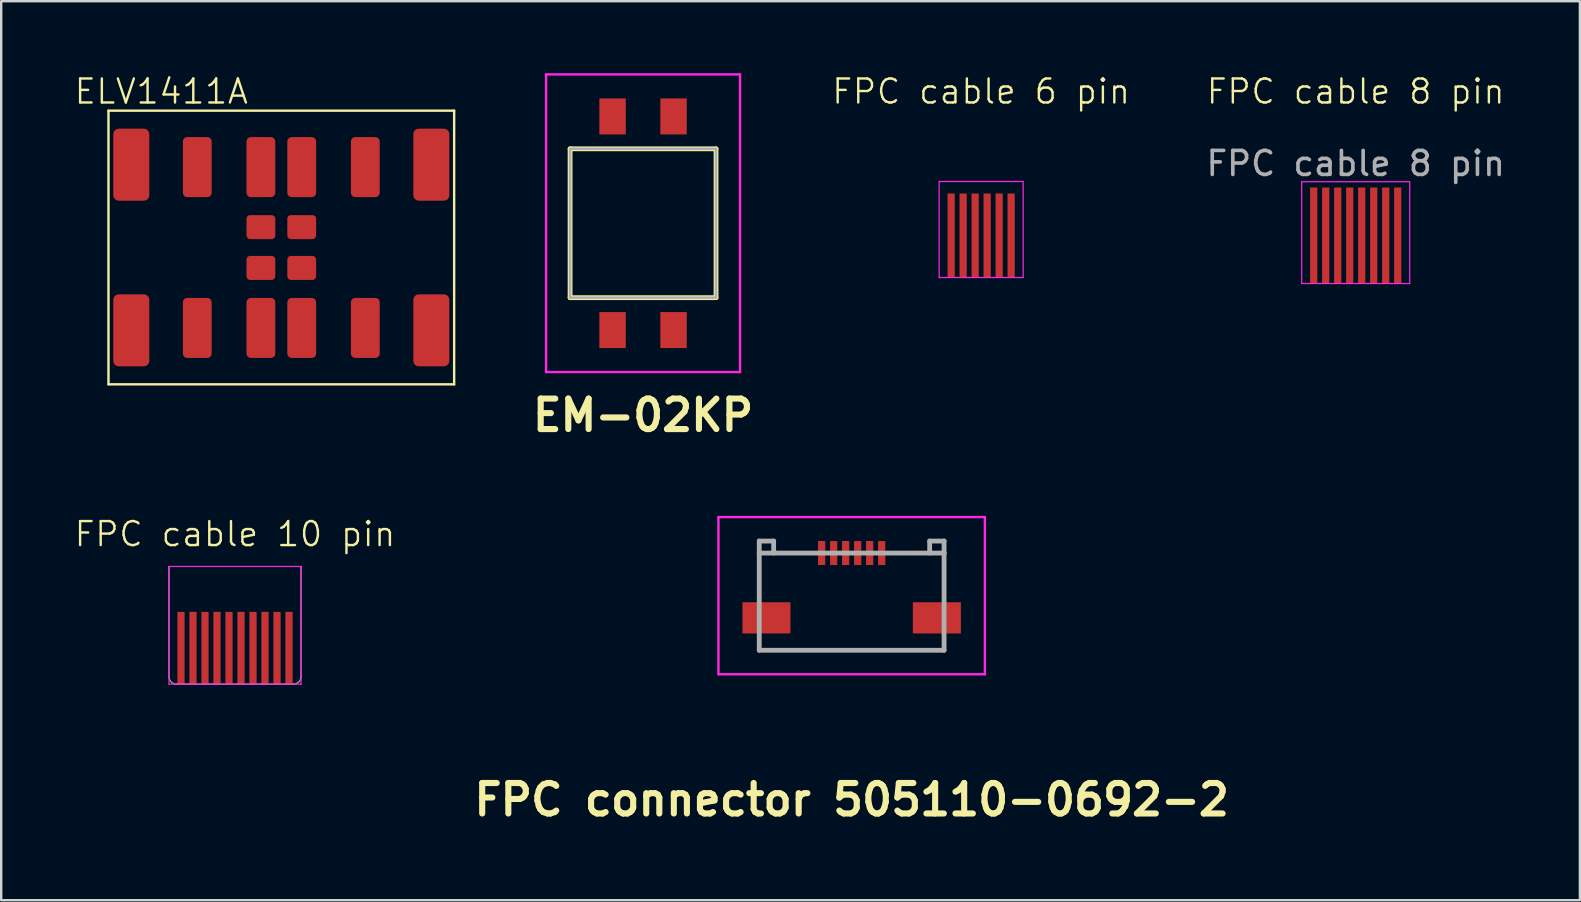
<source format=kicad_pcb>
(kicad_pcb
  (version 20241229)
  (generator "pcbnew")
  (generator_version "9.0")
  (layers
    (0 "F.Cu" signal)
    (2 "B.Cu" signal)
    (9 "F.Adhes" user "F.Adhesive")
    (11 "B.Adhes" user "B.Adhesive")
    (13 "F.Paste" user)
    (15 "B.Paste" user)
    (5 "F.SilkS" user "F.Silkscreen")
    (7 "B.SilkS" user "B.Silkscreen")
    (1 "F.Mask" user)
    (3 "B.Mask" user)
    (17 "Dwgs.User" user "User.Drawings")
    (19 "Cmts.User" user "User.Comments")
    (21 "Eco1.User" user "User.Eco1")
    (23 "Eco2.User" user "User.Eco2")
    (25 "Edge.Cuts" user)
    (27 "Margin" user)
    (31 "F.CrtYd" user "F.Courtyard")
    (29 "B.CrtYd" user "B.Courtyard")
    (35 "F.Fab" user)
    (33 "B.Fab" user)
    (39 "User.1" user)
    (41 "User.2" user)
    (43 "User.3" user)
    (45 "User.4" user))
  (footprint "FPC cable 10 pin"
    (layer "F.Cu")
    (at 6.74 23.949)
    (property "Reference" "FPC cable 10 pin" (at 0 -4.75 0) (unlocked yes) (layer "F.SilkS") (effects (font (size 1 1) (thickness 0.1))))
    (fp_line (start -2.75 1.5) (end -2.75 -3.4) (stroke (width 0.05) (type default)) (layer "F.CrtYd"))
    (fp_line (start 2.75 -3.4) (end -2.75 -3.4) (stroke (width 0.05) (type default)) (layer "F.CrtYd"))
    (fp_line (start 2.75 -3.4) (end 2.75 1.5) (stroke (width 0.05) (type default)) (layer "F.CrtYd"))
    (fp_line (start 2.75 1.5) (end -2.75 1.5) (stroke (width 0.05) (type default)) (layer "F.CrtYd"))
    (fp_line (start -2.75 1.188) (end -2.75 -3.4) (stroke (width 0.05) (type solid)) (layer "F.Fab"))
    (fp_line (start -2.438 1.5) (end 2.448 1.5) (stroke (width 0.05) (type solid)) (layer "F.Fab"))
    (fp_line (start 2.75 1.188) (end 2.75 -3.4) (stroke (width 0.05) (type solid)) (layer "F.Fab"))
    (fp_arc (start -2.4375 1.5) (mid -2.654581 1.412294) (end -2.74981 1.198406) (stroke (width 0.05) (type solid)) (layer "F.Fab"))
    (fp_arc (start 2.75 1.1875) (mid 2.662294 1.404581) (end 2.448406 1.49981) (stroke (width 0.05) (type solid)) (layer "F.Fab"))
    (pad "1" connect rect (at -2.25 -0.01 90) (size 3 0.3) (layers "F.Cu" "F.Mask"))
    (pad "2" connect rect (at -1.75 -0.01 90) (size 3 0.3) (layers "F.Cu" "F.Mask"))
    (pad "3" connect rect (at -1.25 -0.01 90) (size 3 0.3) (layers "F.Cu" "F.Mask"))
    (pad "4" connect rect (at -0.75 -0.01 90) (size 3 0.3) (layers "F.Cu" "F.Mask"))
    (pad "5" connect rect (at -0.25 -0.01 90) (size 3 0.3) (layers "F.Cu" "F.Mask"))
    (pad "6" connect rect (at 0.25 -0.01 90) (size 3 0.3) (layers "F.Cu" "F.Mask"))
    (pad "7" connect rect (at 0.75 -0.01 90) (size 3 0.3) (layers "F.Cu" "F.Mask"))
    (pad "8" connect rect (at 1.25 -0.01 90) (size 3 0.3) (layers "F.Cu" "F.Mask"))
    (pad "9" connect rect (at 1.75 -0.01 90) (size 3 0.3) (layers "F.Cu" "F.Mask"))
    (pad "10" connect rect (at 2.25 -0.01 90) (size 3 0.3) (layers "F.Cu" "F.Mask")))
  (footprint "FPC connector 505110-0692-2"
    (layer "F.Cu")
    (at 32.429 21.764)
    (property "Reference" "FPC connector 505110-0692-2" (at 0 8.5 0) (layer "F.SilkS") (effects (font (size 1.27 1.27) (thickness 0.254))))
    (attr smd)
    (fp_line (start -3.85 2.275) (end 3.85 2.275) (stroke (width 0.1) (type solid)) (layer "F.SilkS"))
    (fp_line (start -5.55 -3.275) (end 5.55 -3.275) (stroke (width 0.1) (type solid)) (layer "F.CrtYd"))
    (fp_line (start -5.55 3.275) (end -5.55 -3.275) (stroke (width 0.1) (type solid)) (layer "F.CrtYd"))
    (fp_line (start 5.55 -3.275) (end 5.55 3.275) (stroke (width 0.1) (type solid)) (layer "F.CrtYd"))
    (fp_line (start 5.55 3.275) (end -5.55 3.275) (stroke (width 0.1) (type solid)) (layer "F.CrtYd"))
    (fp_line (start -3.85 -2.275) (end -3.25 -2.275) (stroke (width 0.2) (type solid)) (layer "F.Fab"))
    (fp_line (start -3.85 -1.775) (end -3.85 -2.275) (stroke (width 0.2) (type solid)) (layer "F.Fab"))
    (fp_line (start -3.85 -1.775) (end 3.85 -1.775) (stroke (width 0.2) (type solid)) (layer "F.Fab"))
    (fp_line (start -3.85 2.275) (end -3.85 -1.775) (stroke (width 0.2) (type solid)) (layer "F.Fab"))
    (fp_line (start -3.25 -2.275) (end -3.25 -1.775) (stroke (width 0.2) (type solid)) (layer "F.Fab"))
    (fp_line (start 3.25 -2.275) (end 3.25 -1.775) (stroke (width 0.2) (type solid)) (layer "F.Fab"))
    (fp_line (start 3.85 -2.275) (end 3.25 -2.275) (stroke (width 0.2) (type solid)) (layer "F.Fab"))
    (fp_line (start 3.85 -1.775) (end 3.85 -2.275) (stroke (width 0.2) (type solid)) (layer "F.Fab"))
    (fp_line (start 3.85 -1.775) (end 3.85 2.275) (stroke (width 0.2) (type solid)) (layer "F.Fab"))
    (fp_line (start 3.85 2.275) (end -3.85 2.275) (stroke (width 0.2) (type solid)) (layer "F.Fab"))
    (pad "1" smd rect (at -1.25 -1.775) (size 0.3 1) (layers "F.Cu" "F.Mask" "F.Paste"))
    (pad "2" smd rect (at -0.75 -1.775) (size 0.3 1) (layers "F.Cu" "F.Mask" "F.Paste"))
    (pad "3" smd rect (at -0.25 -1.775) (size 0.3 1) (layers "F.Cu" "F.Mask" "F.Paste"))
    (pad "4" smd rect (at 0.25 -1.775) (size 0.3 1) (layers "F.Cu" "F.Mask" "F.Paste"))
    (pad "5" smd rect (at 0.75 -1.775) (size 0.3 1) (layers "F.Cu" "F.Mask" "F.Paste"))
    (pad "6" smd rect (at 1.25 -1.775) (size 0.3 1) (layers "F.Cu" "F.Mask" "F.Paste"))
    (pad "MP1" smd rect (at -3.55 0.925 90) (size 1.3 2) (layers "F.Cu" "F.Mask" "F.Paste"))
    (pad "MP2" smd rect (at 3.55 0.925 90) (size 1.3 2) (layers "F.Cu" "F.Mask" "F.Paste")))
  (footprint "EM-02KP"
    (layer "F.Cu")
    (at 23.739 6.25)
    (property "Reference" "EM-02KP" (at 0 8 0) (layer "F.SilkS") (effects (font (size 1.27 1.27) (thickness 0.254))))
    (attr smd)
    (fp_line (start -3.04 -3.1) (end 3.04 -3.1) (stroke (width 0.2) (type solid)) (layer "F.SilkS"))
    (fp_line (start -3.04 3.1) (end -3.04 -3.1) (stroke (width 0.2) (type solid)) (layer "F.SilkS"))
    (fp_line (start 3.04 -3.1) (end 3.04 3.1) (stroke (width 0.2) (type solid)) (layer "F.SilkS"))
    (fp_line (start 3.04 3.1) (end -3.04 3.1) (stroke (width 0.2) (type solid)) (layer "F.SilkS"))
    (fp_line (start -4.04 -6.2) (end 4.04 -6.2) (stroke (width 0.1) (type solid)) (layer "F.CrtYd"))
    (fp_line (start -4.04 6.2) (end -4.04 -6.2) (stroke (width 0.1) (type solid)) (layer "F.CrtYd"))
    (fp_line (start 4.04 -6.2) (end 4.04 6.2) (stroke (width 0.1) (type solid)) (layer "F.CrtYd"))
    (fp_line (start 4.04 6.2) (end -4.04 6.2) (stroke (width 0.1) (type solid)) (layer "F.CrtYd"))
    (fp_line (start -3.04 -3.1) (end 3.04 -3.1) (stroke (width 0.1) (type solid)) (layer "F.Fab"))
    (fp_line (start -3.04 3.1) (end -3.04 -3.1) (stroke (width 0.1) (type solid)) (layer "F.Fab"))
    (fp_line (start 3.04 -3.1) (end 3.04 3.1) (stroke (width 0.1) (type solid)) (layer "F.Fab"))
    (fp_line (start 3.04 3.1) (end -3.04 3.1) (stroke (width 0.1) (type solid)) (layer "F.Fab"))
    (pad "1" smd rect (at -1.27 4.45) (size 1.1 1.5) (layers "F.Cu" "F.Mask" "F.Paste"))
    (pad "2" smd rect (at 1.27 4.45) (size 1.1 1.5) (layers "F.Cu" "F.Mask" "F.Paste"))
    (pad "3" smd rect (at 1.27 -4.45) (size 1.1 1.5) (layers "F.Cu" "F.Mask" "F.Paste"))
    (pad "4" smd rect (at -1.27 -4.45) (size 1.1 1.5) (layers "F.Cu" "F.Mask" "F.Paste")))
  (footprint "ELV1411A"
    (layer "F.Cu")
    (at 8.669 7.261)
    (property "Reference" "ELV1411A" (at -5 -6.5 0) (unlocked yes) (layer "F.SilkS") (effects (font (size 1 1) (thickness 0.1))))
    (attr smd)
    (fp_line (start -7.2 -5.7) (end -7.2 5.7) (stroke (width 0.1) (type default)) (layer "F.SilkS"))
    (fp_line (start -7.2 5.7) (end 7.2 5.7) (stroke (width 0.1) (type default)) (layer "F.SilkS"))
    (fp_line (start 7.2 -5.7) (end -7.2 -5.7) (stroke (width 0.1) (type default)) (layer "F.SilkS"))
    (fp_line (start 7.2 5.7) (end 7.2 -5.7) (stroke (width 0.1) (type default)) (layer "F.SilkS"))
    (pad "1" smd roundrect (at -0.85 -0.85) (size 1.2 1) (layers "F.Cu" "F.Mask" "F.Paste") (roundrect_rratio 0.15))
    (pad "2" smd roundrect (at 0.85 -0.85) (size 1.2 1) (layers "F.Cu" "F.Mask" "F.Paste") (roundrect_rratio 0.15))
    (pad "3" smd roundrect (at -0.85 0.85) (size 1.2 1) (layers "F.Cu" "F.Mask" "F.Paste") (roundrect_rratio 0.15))
    (pad "4" smd roundrect (at 0.85 0.85) (size 1.2 1) (layers "F.Cu" "F.Mask" "F.Paste") (roundrect_rratio 0.15))
    (pad "S1" smd roundrect (at -6.25 -3.45) (size 1.5 3) (layers "F.Cu" "F.Mask" "F.Paste") (roundrect_rratio 0.15))
    (pad "S2" smd roundrect (at -3.5 -3.35) (size 1.2 2.5) (layers "F.Cu" "F.Mask" "F.Paste") (roundrect_rratio 0.15))
    (pad "S3" smd roundrect (at -0.85 -3.35) (size 1.2 2.5) (layers "F.Cu" "F.Mask" "F.Paste") (roundrect_rratio 0.15))
    (pad "S4" smd roundrect (at 0.85 -3.35) (size 1.2 2.5) (layers "F.Cu" "F.Mask" "F.Paste") (roundrect_rratio 0.15))
    (pad "S5" smd roundrect (at 3.5 -3.35) (size 1.2 2.5) (layers "F.Cu" "F.Mask" "F.Paste") (roundrect_rratio 0.15))
    (pad "S6" smd roundrect (at 6.25 -3.45) (size 1.5 3) (layers "F.Cu" "F.Mask" "F.Paste") (roundrect_rratio 0.15))
    (pad "S7" smd roundrect (at -6.25 3.45) (size 1.5 3) (layers "F.Cu" "F.Mask" "F.Paste") (roundrect_rratio 0.15))
    (pad "S8" smd roundrect (at -3.5 3.35) (size 1.2 2.5) (layers "F.Cu" "F.Mask" "F.Paste") (roundrect_rratio 0.15))
    (pad "S9" smd roundrect (at -0.85 3.35) (size 1.2 2.5) (layers "F.Cu" "F.Mask" "F.Paste") (roundrect_rratio 0.15))
    (pad "S10" smd roundrect (at 0.85 3.35) (size 1.2 2.5) (layers "F.Cu" "F.Mask" "F.Paste") (roundrect_rratio 0.15))
    (pad "S11" smd roundrect (at 3.5 3.35) (size 1.2 2.5) (layers "F.Cu" "F.Mask" "F.Paste") (roundrect_rratio 0.15))
    (pad "S12" smd roundrect (at 6.25 3.45) (size 1.5 3) (layers "F.Cu" "F.Mask" "F.Paste") (roundrect_rratio 0.15)))
  (footprint "FPC cable 6 pin"
    (layer "F.Cu")
    (at 37.823 6.761)
    (property "Reference" "FPC cable 6 pin" (at 0 -6 0) (unlocked yes) (layer "F.SilkS") (effects (font (size 1 1) (thickness 0.1))))
    (fp_line (start -1.75 1.75) (end -1.75 -2.25) (stroke (width 0.05) (type default)) (layer "F.CrtYd"))
    (fp_line (start 1.75 -2.25) (end -1.75 -2.25) (stroke (width 0.05) (type default)) (layer "F.CrtYd"))
    (fp_line (start 1.75 -2.24) (end 1.75 1.75) (stroke (width 0.05) (type default)) (layer "F.CrtYd"))
    (fp_line (start 1.75 1.75) (end -1.75 1.75) (stroke (width 0.05) (type default)) (layer "F.CrtYd"))
    (pad "1" connect rect (at -1.25 0 90) (size 3.5 0.3) (layers "F.Cu" "F.Mask"))
    (pad "2" connect rect (at -0.75 0 90) (size 3.5 0.3) (layers "F.Cu" "F.Mask"))
    (pad "3" connect rect (at -0.25 0 90) (size 3.5 0.3) (layers "F.Cu" "F.Mask"))
    (pad "4" connect rect (at 0.25 0 90) (size 3.5 0.3) (layers "F.Cu" "F.Mask"))
    (pad "5" connect rect (at 0.75 0 90) (size 3.5 0.3) (layers "F.Cu" "F.Mask"))
    (pad "6" connect rect (at 1.25 0 90) (size 3.5 0.3) (layers "F.Cu" "F.Mask")))
  (footprint "FPC cable 8 pin"
    (layer "F.Cu")
    (at 53.427 6.761)
    (property "Reference" "FPC cable 8 pin" (at 0 -6 0) (unlocked yes) (layer "F.SilkS") (effects (font (size 1 1) (thickness 0.1))))
    (fp_line (start -2.25 -2.24) (end -2.25 -2) (stroke (width 0.05) (type default)) (layer "F.CrtYd"))
    (fp_line (start -2.25 2) (end -2.25 -2) (stroke (width 0.05) (type default)) (layer "F.CrtYd"))
    (fp_line (start 2.25 -2.24) (end -2.25 -2.24) (stroke (width 0.05) (type default)) (layer "F.CrtYd"))
    (fp_line (start 2.25 -2) (end 2.25 -2.24) (stroke (width 0.05) (type default)) (layer "F.CrtYd"))
    (fp_line (start 2.25 -2) (end 2.25 2) (stroke (width 0.05) (type default)) (layer "F.CrtYd"))
    (fp_line (start 2.25 2) (end -2.25 2) (stroke (width 0.05) (type default)) (layer "F.CrtYd"))
    (fp_text user "${REFERENCE}" (at 0 -3 0) (unlocked yes) (layer "F.Fab") (effects (font (size 1 1) (thickness 0.15))))
    (pad "1" connect rect (at -1.75 0 90) (size 4 0.3) (layers "F.Cu" "F.Mask"))
    (pad "2" connect rect (at -1.25 0 90) (size 4 0.3) (layers "F.Cu" "F.Mask"))
    (pad "3" connect rect (at -0.75 0 90) (size 4 0.3) (layers "F.Cu" "F.Mask"))
    (pad "4" connect rect (at -0.25 0 90) (size 4 0.3) (layers "F.Cu" "F.Mask"))
    (pad "5" connect rect (at 0.25 0 90) (size 4 0.3) (layers "F.Cu" "F.Mask"))
    (pad "6" connect rect (at 0.75 0 90) (size 4 0.3) (layers "F.Cu" "F.Mask"))
    (pad "7" connect rect (at 1.25 0 90) (size 4 0.3) (layers "F.Cu" "F.Mask"))
    (pad "8" connect rect (at 1.75 0 90) (size 4 0.3) (layers "F.Cu" "F.Mask")))
  (gr_rect
    (start -3 -3)
    (end 62.766 34.452)
    (stroke (width 0.1) (type default))
    (fill no)
    (layer "Edge.Cuts")))
</source>
